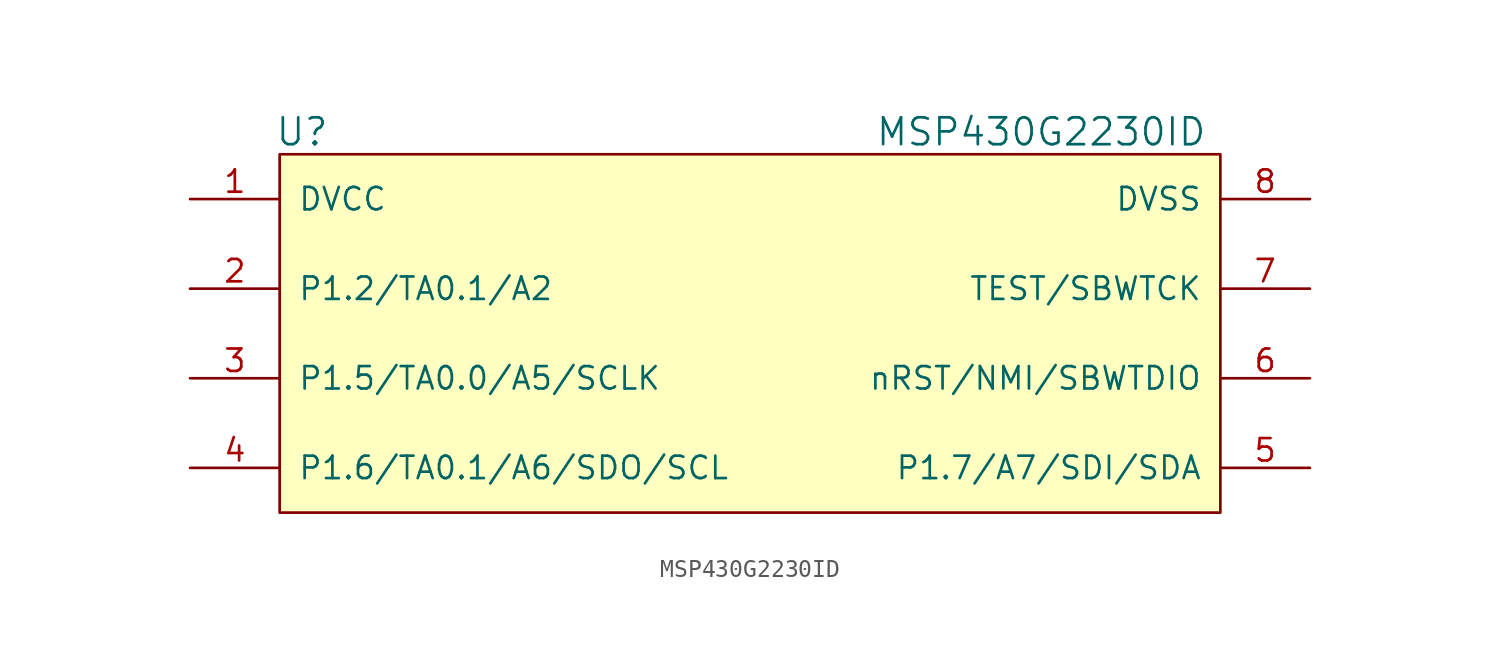
<source format=kicad_sym>
(kicad_symbol_lib
  (version 20211014)
  (generator kicad_symbol_editor)
  (symbol "MSP430G2230ID"
    (pin_names
      (offset 1.016))
    (property "Reference" "U"
      (at -25.4 11.43 0)
      (effects (font (size 1.524 1.524))))
    (property "Value" "MSP430G2230ID"
      (at 16.51 11.43 0)
      (effects (font (size 1.524 1.524))))
    (symbol "MSP430G2230ID_0_1"
      (rectangle (start -26.67 10.16) (end 26.67 -10.16) (stroke (width 0) (type default) (color 0 0 0 0)) (fill (type background))))
    (symbol "MSP430G2230ID_1_1"
      (pin power_in line (at -31.75 7.62 0) (length 5.08) (name "DVCC" (effects (font (size 1.27 1.27)))) (number "1" (effects (font (size 1.27 1.27)))))
      (pin bidirectional line (at -31.75 2.54 0) (length 5.08) (name "P1.2/TA0.1/A2" (effects (font (size 1.27 1.27)))) (number "2" (effects (font (size 1.27 1.27)))))
      (pin bidirectional line (at -31.75 -2.54 0) (length 5.08) (name "P1.5/TA0.0/A5/SCLK" (effects (font (size 1.27 1.27)))) (number "3" (effects (font (size 1.27 1.27)))))
      (pin bidirectional line (at -31.75 -7.62 0) (length 5.08) (name "P1.6/TA0.1/A6/SDO/SCL" (effects (font (size 1.27 1.27)))) (number "4" (effects (font (size 1.27 1.27)))))
      (pin bidirectional line (at 31.75 -7.62 180) (length 5.08) (name "P1.7/A7/SDI/SDA" (effects (font (size 1.27 1.27)))) (number "5" (effects (font (size 1.27 1.27)))))
      (pin bidirectional line (at 31.75 -2.54 180) (length 5.08) (name "nRST/NMI/SBWTDIO" (effects (font (size 1.27 1.27)))) (number "6" (effects (font (size 1.27 1.27)))))
      (pin bidirectional line (at 31.75 2.54 180) (length 5.08) (name "TEST/SBWTCK" (effects (font (size 1.27 1.27)))) (number "7" (effects (font (size 1.27 1.27)))))
      (pin power_in line (at 31.75 7.62 180) (length 5.08) (name "DVSS" (effects (font (size 1.27 1.27)))) (number "8" (effects (font (size 1.27 1.27))))))))
</source>
